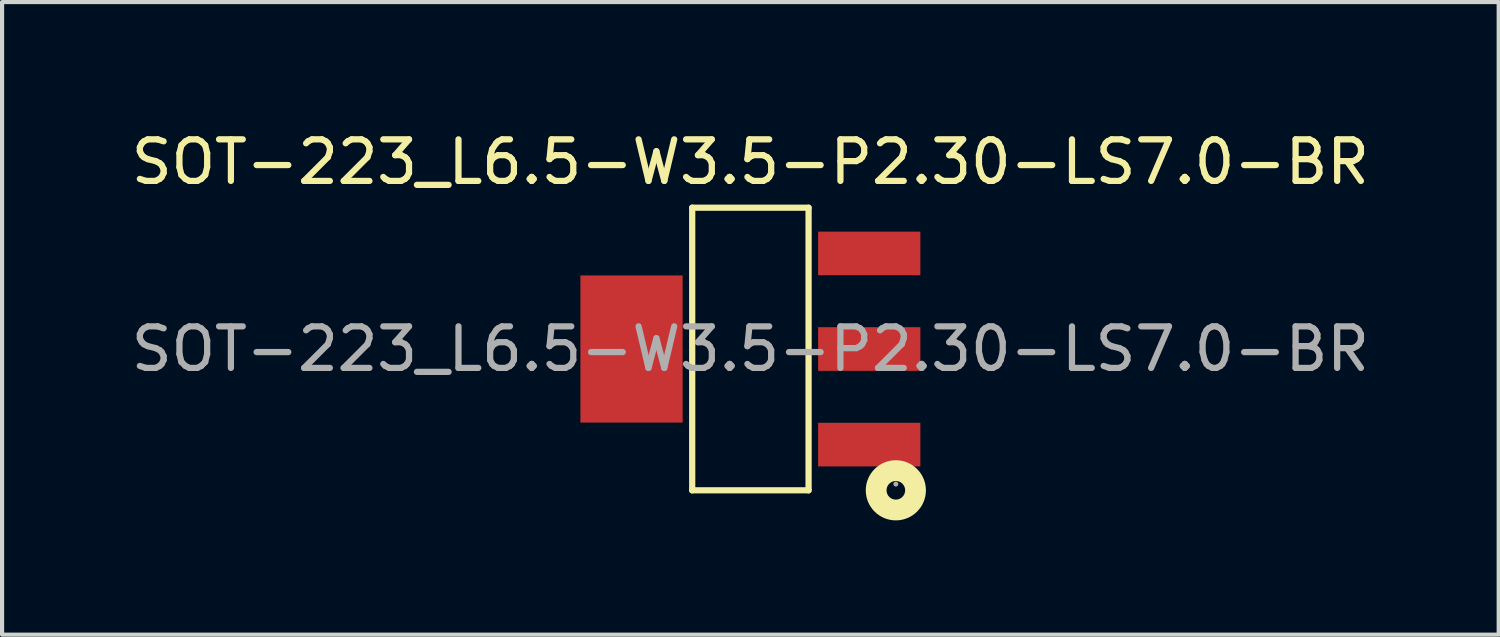
<source format=kicad_pcb>
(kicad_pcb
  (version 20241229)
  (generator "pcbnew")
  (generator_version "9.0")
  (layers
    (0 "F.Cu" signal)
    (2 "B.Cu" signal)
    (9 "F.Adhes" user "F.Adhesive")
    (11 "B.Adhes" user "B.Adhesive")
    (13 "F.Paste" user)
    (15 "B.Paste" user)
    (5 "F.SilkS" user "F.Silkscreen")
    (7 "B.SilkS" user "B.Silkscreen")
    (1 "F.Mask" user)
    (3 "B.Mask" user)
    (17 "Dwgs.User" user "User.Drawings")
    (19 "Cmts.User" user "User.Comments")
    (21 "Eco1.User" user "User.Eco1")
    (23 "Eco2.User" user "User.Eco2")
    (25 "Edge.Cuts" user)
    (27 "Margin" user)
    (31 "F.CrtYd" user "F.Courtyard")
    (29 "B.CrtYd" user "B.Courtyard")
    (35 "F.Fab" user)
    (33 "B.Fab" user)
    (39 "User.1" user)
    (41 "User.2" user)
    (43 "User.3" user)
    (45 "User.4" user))
  (footprint "SOT-223_L6.5-W3.5-P2.30-LS7.0-BR"
    (layer "F.Cu")
    (at 15.006 5.348)
    (property "Reference" "SOT-223_L6.5-W3.5-P2.30-LS7.0-BR" (at 0 -4.5 0) (layer "F.SilkS") (effects (font (size 1 1) (thickness 0.15))))
    (attr smd)
    (fp_line (start -1.4 -3.4) (end 1.4 -3.4) (stroke (width 0.15) (type solid)) (layer "F.SilkS"))
    (fp_line (start -1.4 3.4) (end -1.4 -3.4) (stroke (width 0.15) (type solid)) (layer "F.SilkS"))
    (fp_line (start 1.4 -3.4) (end 1.4 3.4) (stroke (width 0.15) (type solid)) (layer "F.SilkS"))
    (fp_line (start 1.4 3.4) (end -1.4 3.4) (stroke (width 0.15) (type solid)) (layer "F.SilkS"))
    (fp_circle (center 3.5 3.4) (end 3.4 3.6) (stroke (width 0.5) (type solid)) (fill no) (layer "F.SilkS"))
    (fp_circle (center 3.5 3.25) (end 3.53 3.25) (stroke (width 0.06) (type solid)) (fill no) (layer "F.Fab"))
    (fp_text user "${REFERENCE}" (at 0 0 0) (layer "F.Fab") (effects (font (size 1 1) (thickness 0.15))))
    (pad "1" smd rect (at 2.86 2.3) (size 2.46 1.05) (layers "F.Cu" "F.Mask" "F.Paste"))
    (pad "2" smd rect (at 2.86 0) (size 2.46 1.05) (layers "F.Cu" "F.Mask" "F.Paste"))
    (pad "3" smd rect (at 2.86 -2.3) (size 2.46 1.05) (layers "F.Cu" "F.Mask" "F.Paste"))
    (pad "4" smd rect (at -2.86 0) (size 2.46 3.54) (layers "F.Cu" "F.Mask" "F.Paste")))
  (gr_rect
    (start -3 -3)
    (end 33.012 12.222)
    (stroke (width 0.1) (type default))
    (fill no)
    (layer "Edge.Cuts")))
</source>
